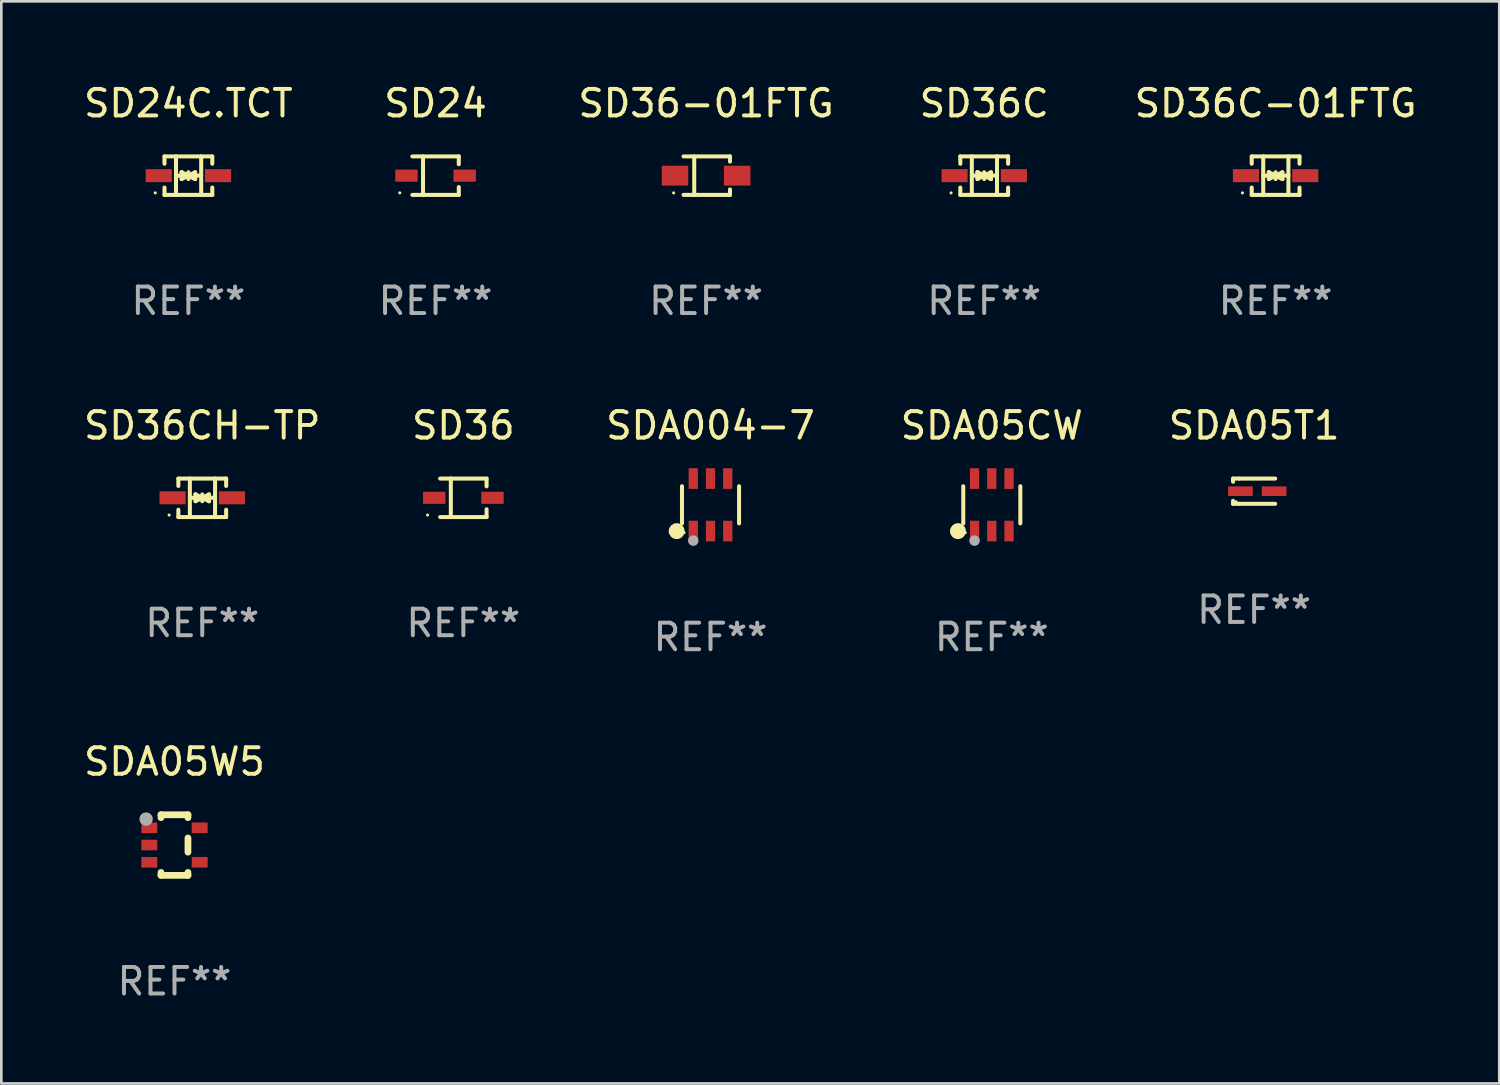
<source format=kicad_pcb>
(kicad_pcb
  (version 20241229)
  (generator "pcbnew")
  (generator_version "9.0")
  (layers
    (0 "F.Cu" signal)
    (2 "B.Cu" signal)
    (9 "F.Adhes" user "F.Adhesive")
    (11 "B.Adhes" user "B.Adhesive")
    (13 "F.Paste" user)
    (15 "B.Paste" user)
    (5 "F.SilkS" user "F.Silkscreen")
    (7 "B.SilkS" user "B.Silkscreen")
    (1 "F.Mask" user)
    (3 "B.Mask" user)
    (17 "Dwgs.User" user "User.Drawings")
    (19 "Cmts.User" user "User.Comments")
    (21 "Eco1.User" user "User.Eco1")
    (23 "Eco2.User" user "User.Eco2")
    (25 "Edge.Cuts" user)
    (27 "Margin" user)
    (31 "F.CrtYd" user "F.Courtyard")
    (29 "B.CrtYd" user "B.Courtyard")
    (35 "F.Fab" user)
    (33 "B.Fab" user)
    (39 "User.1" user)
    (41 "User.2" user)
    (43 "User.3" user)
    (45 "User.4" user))
  (footprint "SD24"
    (layer "F.Cu")
    (at 13.375 3.574)
    (property "Reference" "SD24" (at 0 -2.726 0) (layer "F.SilkS") (effects (font (size 1 1) (thickness 0.15))))
    (attr through_hole)
    (fp_line (start -0.876 -0.726) (end 0.876 -0.726) (stroke (width 0.152) (type solid)) (layer "F.SilkS"))
    (fp_line (start -0.876 0.726) (end 0.876 0.726) (stroke (width 0.152) (type solid)) (layer "F.SilkS"))
    (fp_line (start -0.472 -0.726) (end -0.472 0.726) (stroke (width 0.152) (type solid)) (layer "F.SilkS"))
    (fp_line (start 0.876 -0.726) (end 0.876 -0.431) (stroke (width 0.152) (type solid)) (layer "F.SilkS"))
    (fp_line (start 0.876 0.726) (end 0.876 0.431) (stroke (width 0.152) (type solid)) (layer "F.SilkS"))
    (fp_circle (center -1.35 0.65) (end -1.32 0.65) (stroke (width 0.06) (type solid)) (fill no) (layer "F.SilkS"))
    (fp_text user "REF**" (at 0 4.726 0) (layer "F.Fab") (effects (font (size 1 1) (thickness 0.15))))
    (pad "1" smd rect (at -1.098 0 180) (size 0.845 0.455) (layers "F.Cu" "F.Mask" "F.Paste"))
    (pad "2" smd rect (at 1.098 0 180) (size 0.845 0.455) (layers "F.Cu" "F.Mask" "F.Paste")))
  (footprint "SD36"
    (layer "F.Cu")
    (at 14.423 15.723)
    (property "Reference" "SD36" (at 0 -2.726 0) (layer "F.SilkS") (effects (font (size 1 1) (thickness 0.15))))
    (attr through_hole)
    (fp_line (start -0.876 -0.726) (end 0.876 -0.726) (stroke (width 0.152) (type solid)) (layer "F.SilkS"))
    (fp_line (start -0.876 0.726) (end 0.876 0.726) (stroke (width 0.152) (type solid)) (layer "F.SilkS"))
    (fp_line (start -0.472 -0.726) (end -0.472 0.726) (stroke (width 0.152) (type solid)) (layer "F.SilkS"))
    (fp_line (start 0.876 -0.726) (end 0.876 -0.431) (stroke (width 0.152) (type solid)) (layer "F.SilkS"))
    (fp_line (start 0.876 0.726) (end 0.876 0.431) (stroke (width 0.152) (type solid)) (layer "F.SilkS"))
    (fp_circle (center -1.35 0.65) (end -1.32 0.65) (stroke (width 0.06) (type solid)) (fill no) (layer "F.SilkS"))
    (fp_text user "REF**" (at 0 4.726 0) (layer "F.Fab") (effects (font (size 1 1) (thickness 0.15))))
    (pad "1" smd rect (at -1.098 0 180) (size 0.845 0.455) (layers "F.Cu" "F.Mask" "F.Paste"))
    (pad "2" smd rect (at 1.098 0 180) (size 0.845 0.455) (layers "F.Cu" "F.Mask" "F.Paste")))
  (footprint "SDA05T1"
    (layer "F.Cu")
    (at 44.244 15.473)
    (property "Reference" "SDA05T1" (at 0 -2.476 0) (layer "F.SilkS") (effects (font (size 1 1) (thickness 0.15))))
    (attr through_hole)
    (fp_line (start -0.795 -0.476) (end -0.795 -0.356) (stroke (width 0.152) (type solid)) (layer "F.SilkS"))
    (fp_line (start -0.795 0.363) (end -0.795 0.476) (stroke (width 0.152) (type solid)) (layer "F.SilkS"))
    (fp_line (start -0.795 0.476) (end -0.557 0.476) (stroke (width 0.152) (type solid)) (layer "F.SilkS"))
    (fp_line (start -0.557 -0.476) (end -0.795 -0.476) (stroke (width 0.152) (type solid)) (layer "F.SilkS"))
    (fp_line (start -0.557 -0.476) (end 0.795 -0.476) (stroke (width 0.152) (type solid)) (layer "F.SilkS"))
    (fp_line (start -0.557 0.476) (end 0.795 0.476) (stroke (width 0.152) (type solid)) (layer "F.SilkS"))
    (fp_circle (center -0.681 0.4) (end -0.651 0.4) (stroke (width 0.06) (type solid)) (fill no) (layer "F.SilkS"))
    (fp_text user "REF**" (at 0 4.476 0) (layer "F.Fab") (effects (font (size 1 1) (thickness 0.15))))
    (pad "1" smd rect (at -0.516 0 180) (size 0.93 0.36) (layers "F.Cu" "F.Mask" "F.Paste"))
    (pad "2" smd rect (at 0.754 0 180) (size 0.93 0.36) (layers "F.Cu" "F.Mask" "F.Paste")))
  (footprint "SD36-01FTG"
    (layer "F.Cu")
    (at 23.577 3.574)
    (property "Reference" "SD36-01FTG" (at 0 -2.726 0) (layer "F.SilkS") (effects (font (size 1 1) (thickness 0.15))))
    (attr through_hole)
    (fp_line (start -0.851 -0.726) (end 0.901 -0.726) (stroke (width 0.152) (type solid)) (layer "F.SilkS"))
    (fp_line (start -0.851 0.726) (end 0.901 0.726) (stroke (width 0.152) (type solid)) (layer "F.SilkS"))
    (fp_line (start -0.447 -0.726) (end -0.447 0.726) (stroke (width 0.152) (type solid)) (layer "F.SilkS"))
    (fp_line (start 0.901 -0.726) (end 0.901 -0.53) (stroke (width 0.152) (type solid)) (layer "F.SilkS"))
    (fp_line (start 0.901 0.726) (end 0.901 0.52) (stroke (width 0.152) (type solid)) (layer "F.SilkS"))
    (fp_circle (center -1.225 0.65) (end -1.195 0.65) (stroke (width 0.06) (type solid)) (fill no) (layer "F.SilkS"))
    (fp_text user "REF**" (at 0 4.726 0) (layer "F.Fab") (effects (font (size 1 1) (thickness 0.15))))
    (pad "1" smd rect (at -1.173 0) (size 1 0.75) (layers "F.Cu" "F.Mask" "F.Paste"))
    (pad "2" smd rect (at 1.173 0) (size 1 0.75) (layers "F.Cu" "F.Mask" "F.Paste")))
  (footprint "SDA05W5"
    (layer "F.Cu")
    (at 3.53 28.817)
    (property "Reference" "SDA05W5" (at 0 -3.143 0) (layer "F.SilkS") (effects (font (size 1 1) (thickness 0.15))))
    (attr through_hole)
    (fp_line (start -0.508 -1.143) (end 0.508 -1.143) (stroke (width 0.254) (type solid)) (layer "F.SilkS"))
    (fp_line (start -0.508 -1.032) (end -0.508 -1.143) (stroke (width 0.254) (type solid)) (layer "F.SilkS"))
    (fp_line (start -0.508 1.143) (end -0.508 1.032) (stroke (width 0.254) (type solid)) (layer "F.SilkS"))
    (fp_line (start 0.508 -1.143) (end 0.508 -1.032) (stroke (width 0.254) (type solid)) (layer "F.SilkS"))
    (fp_line (start 0.508 -0.268) (end 0.508 0.268) (stroke (width 0.254) (type solid)) (layer "F.SilkS"))
    (fp_line (start 0.508 1.032) (end 0.508 1.143) (stroke (width 0.254) (type solid)) (layer "F.SilkS"))
    (fp_line (start 0.508 1.143) (end -0.508 1.143) (stroke (width 0.254) (type solid)) (layer "F.SilkS"))
    (fp_circle (center -1.05 -1) (end -1.02 -1) (stroke (width 0.06) (type solid)) (fill no) (layer "F.SilkS"))
    (fp_circle (center -1.07 -0.98) (end -0.943 -0.98) (stroke (width 0.254) (type solid)) (fill no) (layer "F.Fab"))
    (fp_text user "REF**" (at 0 5.143 0) (layer "F.Fab") (effects (font (size 1 1) (thickness 0.15))))
    (pad "1" smd rect (at -0.95 -0.65 90) (size 0.4 0.6) (layers "F.Cu" "F.Mask" "F.Paste"))
    (pad "2" smd rect (at -0.95 -0.000076 90) (size 0.4 0.6) (layers "F.Cu" "F.Mask" "F.Paste"))
    (pad "3" smd rect (at -0.95 0.65 90) (size 0.4 0.6) (layers "F.Cu" "F.Mask" "F.Paste"))
    (pad "4" smd rect (at 0.95 0.65 90) (size 0.4 0.6) (layers "F.Cu" "F.Mask" "F.Paste"))
    (pad "5" smd rect (at 0.95 -0.65 90) (size 0.4 0.6) (layers "F.Cu" "F.Mask" "F.Paste")))
  (footprint "SD24C.TCT"
    (layer "F.Cu")
    (at 4.054 3.574)
    (property "Reference" "SD24C.TCT" (at 0 -2.726 0) (layer "F.SilkS") (effects (font (size 1 1) (thickness 0.15))))
    (attr through_hole)
    (fp_line (start -0.901 -0.726) (end -0.901 -0.448) (stroke (width 0.152) (type solid)) (layer "F.SilkS"))
    (fp_line (start -0.901 0.726) (end -0.901 0.448) (stroke (width 0.152) (type solid)) (layer "F.SilkS"))
    (fp_line (start -0.467 0) (end 0.483 -0.003) (stroke (width 0.154) (type solid)) (layer "F.SilkS"))
    (fp_line (start -0.467 0.726) (end -0.467 -0.726) (stroke (width 0.152) (type solid)) (layer "F.SilkS"))
    (fp_line (start -0.254 -0.127) (end -0.254 -0.127) (stroke (width 0.154) (type solid)) (layer "F.SilkS"))
    (fp_line (start -0.254 -0.127) (end -0.002 -0.003) (stroke (width 0.154) (type solid)) (layer "F.SilkS"))
    (fp_line (start -0.254 0.127) (end -0.254 -0.127) (stroke (width 0.154) (type solid)) (layer "F.SilkS"))
    (fp_line (start -0.127 0) (end 0.003 0) (stroke (width 0.154) (type solid)) (layer "F.SilkS"))
    (fp_line (start -0.003 0) (end -0.254 0.127) (stroke (width 0.154) (type solid)) (layer "F.SilkS"))
    (fp_line (start 0 -0.127) (end 0 0.127) (stroke (width 0.154) (type solid)) (layer "F.SilkS"))
    (fp_line (start 0.003 0) (end 0.254 -0.127) (stroke (width 0.154) (type solid)) (layer "F.SilkS"))
    (fp_line (start 0.127 0) (end -0.003 0) (stroke (width 0.154) (type solid)) (layer "F.SilkS"))
    (fp_line (start 0.254 -0.127) (end 0.254 0.127) (stroke (width 0.154) (type solid)) (layer "F.SilkS"))
    (fp_line (start 0.254 0.127) (end 0.002 0.003) (stroke (width 0.154) (type solid)) (layer "F.SilkS"))
    (fp_line (start 0.254 0.127) (end 0.254 0.127) (stroke (width 0.154) (type solid)) (layer "F.SilkS"))
    (fp_line (start 0.483 0.726) (end 0.483 -0.726) (stroke (width 0.152) (type solid)) (layer "F.SilkS"))
    (fp_line (start 0.901 -0.726) (end -0.901 -0.726) (stroke (width 0.152) (type solid)) (layer "F.SilkS"))
    (fp_line (start 0.901 -0.726) (end 0.901 -0.448) (stroke (width 0.152) (type solid)) (layer "F.SilkS"))
    (fp_line (start 0.901 0.726) (end -0.901 0.726) (stroke (width 0.152) (type solid)) (layer "F.SilkS"))
    (fp_line (start 0.901 0.726) (end 0.901 0.448) (stroke (width 0.152) (type solid)) (layer "F.SilkS"))
    (fp_circle (center -1.25 0.65) (end -1.22 0.65) (stroke (width 0.06) (type solid)) (fill no) (layer "F.SilkS"))
    (fp_text user "REF**" (at 0 4.726 0) (layer "F.Fab") (effects (font (size 1 1) (thickness 0.15))))
    (pad "1" smd rect (at -1.118 0) (size 0.985 0.49) (layers "F.Cu" "F.Mask" "F.Paste"))
    (pad "2" smd rect (at 1.118 0) (size 0.985 0.49) (layers "F.Cu" "F.Mask" "F.Paste")))
  (footprint "SD36CH-TP"
    (layer "F.Cu")
    (at 4.577 15.723)
    (property "Reference" "SD36CH-TP" (at 0 -2.726 0) (layer "F.SilkS") (effects (font (size 1 1) (thickness 0.15))))
    (attr through_hole)
    (fp_line (start -0.901 -0.726) (end -0.901 -0.448) (stroke (width 0.152) (type solid)) (layer "F.SilkS"))
    (fp_line (start -0.901 0.726) (end -0.901 0.448) (stroke (width 0.152) (type solid)) (layer "F.SilkS"))
    (fp_line (start -0.467 0) (end 0.483 -0.003) (stroke (width 0.154) (type solid)) (layer "F.SilkS"))
    (fp_line (start -0.467 0.726) (end -0.467 -0.726) (stroke (width 0.152) (type solid)) (layer "F.SilkS"))
    (fp_line (start -0.254 -0.127) (end -0.254 -0.127) (stroke (width 0.154) (type solid)) (layer "F.SilkS"))
    (fp_line (start -0.254 -0.127) (end -0.002 -0.003) (stroke (width 0.154) (type solid)) (layer "F.SilkS"))
    (fp_line (start -0.254 0.127) (end -0.254 -0.127) (stroke (width 0.154) (type solid)) (layer "F.SilkS"))
    (fp_line (start -0.127 0) (end 0.003 0) (stroke (width 0.154) (type solid)) (layer "F.SilkS"))
    (fp_line (start -0.003 0) (end -0.254 0.127) (stroke (width 0.154) (type solid)) (layer "F.SilkS"))
    (fp_line (start 0 -0.127) (end 0 0.127) (stroke (width 0.154) (type solid)) (layer "F.SilkS"))
    (fp_line (start 0.003 0) (end 0.254 -0.127) (stroke (width 0.154) (type solid)) (layer "F.SilkS"))
    (fp_line (start 0.127 0) (end -0.003 0) (stroke (width 0.154) (type solid)) (layer "F.SilkS"))
    (fp_line (start 0.254 -0.127) (end 0.254 0.127) (stroke (width 0.154) (type solid)) (layer "F.SilkS"))
    (fp_line (start 0.254 0.127) (end 0.002 0.003) (stroke (width 0.154) (type solid)) (layer "F.SilkS"))
    (fp_line (start 0.254 0.127) (end 0.254 0.127) (stroke (width 0.154) (type solid)) (layer "F.SilkS"))
    (fp_line (start 0.483 0.726) (end 0.483 -0.726) (stroke (width 0.152) (type solid)) (layer "F.SilkS"))
    (fp_line (start 0.901 -0.726) (end -0.901 -0.726) (stroke (width 0.152) (type solid)) (layer "F.SilkS"))
    (fp_line (start 0.901 -0.726) (end 0.901 -0.448) (stroke (width 0.152) (type solid)) (layer "F.SilkS"))
    (fp_line (start 0.901 0.726) (end -0.901 0.726) (stroke (width 0.152) (type solid)) (layer "F.SilkS"))
    (fp_line (start 0.901 0.726) (end 0.901 0.448) (stroke (width 0.152) (type solid)) (layer "F.SilkS"))
    (fp_circle (center -1.25 0.65) (end -1.22 0.65) (stroke (width 0.06) (type solid)) (fill no) (layer "F.SilkS"))
    (fp_text user "REF**" (at 0 4.726 0) (layer "F.Fab") (effects (font (size 1 1) (thickness 0.15))))
    (pad "1" smd rect (at -1.118 0) (size 0.985 0.49) (layers "F.Cu" "F.Mask" "F.Paste"))
    (pad "2" smd rect (at 1.118 0) (size 0.985 0.49) (layers "F.Cu" "F.Mask" "F.Paste")))
  (footprint "SD36C"
    (layer "F.Cu")
    (at 34.065 3.574)
    (property "Reference" "SD36C" (at 0 -2.726 0) (layer "F.SilkS") (effects (font (size 1 1) (thickness 0.15))))
    (attr through_hole)
    (fp_line (start -0.901 -0.726) (end -0.901 -0.448) (stroke (width 0.152) (type solid)) (layer "F.SilkS"))
    (fp_line (start -0.901 0.726) (end -0.901 0.448) (stroke (width 0.152) (type solid)) (layer "F.SilkS"))
    (fp_line (start -0.467 0) (end 0.483 -0.003) (stroke (width 0.154) (type solid)) (layer "F.SilkS"))
    (fp_line (start -0.467 0.726) (end -0.467 -0.726) (stroke (width 0.152) (type solid)) (layer "F.SilkS"))
    (fp_line (start -0.254 -0.127) (end -0.254 -0.127) (stroke (width 0.154) (type solid)) (layer "F.SilkS"))
    (fp_line (start -0.254 -0.127) (end -0.002 -0.003) (stroke (width 0.154) (type solid)) (layer "F.SilkS"))
    (fp_line (start -0.254 0.127) (end -0.254 -0.127) (stroke (width 0.154) (type solid)) (layer "F.SilkS"))
    (fp_line (start -0.127 0) (end 0.003 0) (stroke (width 0.154) (type solid)) (layer "F.SilkS"))
    (fp_line (start -0.003 0) (end -0.254 0.127) (stroke (width 0.154) (type solid)) (layer "F.SilkS"))
    (fp_line (start 0 -0.127) (end 0 0.127) (stroke (width 0.154) (type solid)) (layer "F.SilkS"))
    (fp_line (start 0.003 0) (end 0.254 -0.127) (stroke (width 0.154) (type solid)) (layer "F.SilkS"))
    (fp_line (start 0.127 0) (end -0.003 0) (stroke (width 0.154) (type solid)) (layer "F.SilkS"))
    (fp_line (start 0.254 -0.127) (end 0.254 0.127) (stroke (width 0.154) (type solid)) (layer "F.SilkS"))
    (fp_line (start 0.254 0.127) (end 0.002 0.003) (stroke (width 0.154) (type solid)) (layer "F.SilkS"))
    (fp_line (start 0.254 0.127) (end 0.254 0.127) (stroke (width 0.154) (type solid)) (layer "F.SilkS"))
    (fp_line (start 0.483 0.726) (end 0.483 -0.726) (stroke (width 0.152) (type solid)) (layer "F.SilkS"))
    (fp_line (start 0.901 -0.726) (end -0.901 -0.726) (stroke (width 0.152) (type solid)) (layer "F.SilkS"))
    (fp_line (start 0.901 -0.726) (end 0.901 -0.448) (stroke (width 0.152) (type solid)) (layer "F.SilkS"))
    (fp_line (start 0.901 0.726) (end -0.901 0.726) (stroke (width 0.152) (type solid)) (layer "F.SilkS"))
    (fp_line (start 0.901 0.726) (end 0.901 0.448) (stroke (width 0.152) (type solid)) (layer "F.SilkS"))
    (fp_circle (center -1.25 0.65) (end -1.22 0.65) (stroke (width 0.06) (type solid)) (fill no) (layer "F.SilkS"))
    (fp_text user "REF**" (at 0 4.726 0) (layer "F.Fab") (effects (font (size 1 1) (thickness 0.15))))
    (pad "1" smd rect (at -1.118 0) (size 0.985 0.49) (layers "F.Cu" "F.Mask" "F.Paste"))
    (pad "2" smd rect (at 1.118 0) (size 0.985 0.49) (layers "F.Cu" "F.Mask" "F.Paste")))
  (footprint "SDA05CW"
    (layer "F.Cu")
    (at 34.351 15.987)
    (property "Reference" "SDA05CW" (at 0 -2.99 0) (layer "F.SilkS") (effects (font (size 1 1) (thickness 0.15))))
    (attr through_hole)
    (fp_line (start -1.076 0.701) (end -1.076 -0.701) (stroke (width 0.152) (type solid)) (layer "F.SilkS"))
    (fp_line (start 1.076 0.701) (end 1.076 -0.701) (stroke (width 0.152) (type solid)) (layer "F.SilkS"))
    (fp_circle (center -1.277 0.992) (end -1.127 0.992) (stroke (width 0.3) (type solid)) (fill no) (layer "F.SilkS"))
    (fp_circle (center -1 1.05) (end -0.97 1.05) (stroke (width 0.06) (type solid)) (fill no) (layer "F.SilkS"))
    (fp_circle (center -0.65 1.35) (end -0.55 1.35) (stroke (width 0.2) (type solid)) (fill no) (layer "F.Fab"))
    (fp_text user "REF**" (at 0 4.99 0) (layer "F.Fab") (effects (font (size 1 1) (thickness 0.15))))
    (pad "1" smd rect (at -0.65 0.99) (size 0.35 0.78) (layers "F.Cu" "F.Mask" "F.Paste"))
    (pad "2" smd rect (at 0 0.99) (size 0.35 0.78) (layers "F.Cu" "F.Mask" "F.Paste"))
    (pad "3" smd rect (at 0.65 0.99) (size 0.35 0.78) (layers "F.Cu" "F.Mask" "F.Paste"))
    (pad "4" smd rect (at 0.65 -0.99) (size 0.35 0.78) (layers "F.Cu" "F.Mask" "F.Paste"))
    (pad "5" smd rect (at 0 -0.99) (size 0.35 0.78) (layers "F.Cu" "F.Mask" "F.Paste"))
    (pad "6" smd rect (at -0.65 -0.99) (size 0.35 0.78) (layers "F.Cu" "F.Mask" "F.Paste")))
  (footprint "SD36C-01FTG"
    (layer "F.Cu")
    (at 45.054 3.574)
    (property "Reference" "SD36C-01FTG" (at 0 -2.726 0) (layer "F.SilkS") (effects (font (size 1 1) (thickness 0.15))))
    (attr through_hole)
    (fp_line (start -0.901 -0.726) (end -0.901 -0.448) (stroke (width 0.152) (type solid)) (layer "F.SilkS"))
    (fp_line (start -0.901 0.726) (end -0.901 0.448) (stroke (width 0.152) (type solid)) (layer "F.SilkS"))
    (fp_line (start -0.467 0) (end 0.483 -0.003) (stroke (width 0.154) (type solid)) (layer "F.SilkS"))
    (fp_line (start -0.467 0.726) (end -0.467 -0.726) (stroke (width 0.152) (type solid)) (layer "F.SilkS"))
    (fp_line (start -0.254 -0.127) (end -0.254 -0.127) (stroke (width 0.154) (type solid)) (layer "F.SilkS"))
    (fp_line (start -0.254 -0.127) (end -0.002 -0.003) (stroke (width 0.154) (type solid)) (layer "F.SilkS"))
    (fp_line (start -0.254 0.127) (end -0.254 -0.127) (stroke (width 0.154) (type solid)) (layer "F.SilkS"))
    (fp_line (start -0.127 0) (end 0.003 0) (stroke (width 0.154) (type solid)) (layer "F.SilkS"))
    (fp_line (start -0.003 0) (end -0.254 0.127) (stroke (width 0.154) (type solid)) (layer "F.SilkS"))
    (fp_line (start 0 -0.127) (end 0 0.127) (stroke (width 0.154) (type solid)) (layer "F.SilkS"))
    (fp_line (start 0.003 0) (end 0.254 -0.127) (stroke (width 0.154) (type solid)) (layer "F.SilkS"))
    (fp_line (start 0.127 0) (end -0.003 0) (stroke (width 0.154) (type solid)) (layer "F.SilkS"))
    (fp_line (start 0.254 -0.127) (end 0.254 0.127) (stroke (width 0.154) (type solid)) (layer "F.SilkS"))
    (fp_line (start 0.254 0.127) (end 0.002 0.003) (stroke (width 0.154) (type solid)) (layer "F.SilkS"))
    (fp_line (start 0.254 0.127) (end 0.254 0.127) (stroke (width 0.154) (type solid)) (layer "F.SilkS"))
    (fp_line (start 0.483 0.726) (end 0.483 -0.726) (stroke (width 0.152) (type solid)) (layer "F.SilkS"))
    (fp_line (start 0.901 -0.726) (end -0.901 -0.726) (stroke (width 0.152) (type solid)) (layer "F.SilkS"))
    (fp_line (start 0.901 -0.726) (end 0.901 -0.448) (stroke (width 0.152) (type solid)) (layer "F.SilkS"))
    (fp_line (start 0.901 0.726) (end -0.901 0.726) (stroke (width 0.152) (type solid)) (layer "F.SilkS"))
    (fp_line (start 0.901 0.726) (end 0.901 0.448) (stroke (width 0.152) (type solid)) (layer "F.SilkS"))
    (fp_circle (center -1.25 0.65) (end -1.22 0.65) (stroke (width 0.06) (type solid)) (fill no) (layer "F.SilkS"))
    (fp_text user "REF**" (at 0 4.726 0) (layer "F.Fab") (effects (font (size 1 1) (thickness 0.15))))
    (pad "1" smd rect (at -1.118 0) (size 0.985 0.49) (layers "F.Cu" "F.Mask" "F.Paste"))
    (pad "2" smd rect (at 1.118 0) (size 0.985 0.49) (layers "F.Cu" "F.Mask" "F.Paste")))
  (footprint "SDA004-7"
    (layer "F.Cu")
    (at 23.744 15.987)
    (property "Reference" "SDA004-7" (at 0 -2.99 0) (layer "F.SilkS") (effects (font (size 1 1) (thickness 0.15))))
    (attr through_hole)
    (fp_line (start -1.076 0.701) (end -1.076 -0.701) (stroke (width 0.152) (type solid)) (layer "F.SilkS"))
    (fp_line (start 1.076 0.701) (end 1.076 -0.701) (stroke (width 0.152) (type solid)) (layer "F.SilkS"))
    (fp_circle (center -1.277 0.992) (end -1.127 0.992) (stroke (width 0.3) (type solid)) (fill no) (layer "F.SilkS"))
    (fp_circle (center -1 1.05) (end -0.97 1.05) (stroke (width 0.06) (type solid)) (fill no) (layer "F.SilkS"))
    (fp_circle (center -0.65 1.35) (end -0.55 1.35) (stroke (width 0.2) (type solid)) (fill no) (layer "F.Fab"))
    (fp_text user "REF**" (at 0 4.99 0) (layer "F.Fab") (effects (font (size 1 1) (thickness 0.15))))
    (pad "1" smd rect (at -0.65 0.99) (size 0.35 0.78) (layers "F.Cu" "F.Mask" "F.Paste"))
    (pad "2" smd rect (at 0 0.99) (size 0.35 0.78) (layers "F.Cu" "F.Mask" "F.Paste"))
    (pad "3" smd rect (at 0.65 0.99) (size 0.35 0.78) (layers "F.Cu" "F.Mask" "F.Paste"))
    (pad "4" smd rect (at 0.65 -0.99) (size 0.35 0.78) (layers "F.Cu" "F.Mask" "F.Paste"))
    (pad "5" smd rect (at 0 -0.99) (size 0.35 0.78) (layers "F.Cu" "F.Mask" "F.Paste"))
    (pad "6" smd rect (at -0.65 -0.99) (size 0.35 0.78) (layers "F.Cu" "F.Mask" "F.Paste")))
  (gr_rect
    (start -3 -3)
    (end 53.488 37.808)
    (stroke (width 0.1) (type default))
    (fill no)
    (layer "Edge.Cuts")))
</source>
